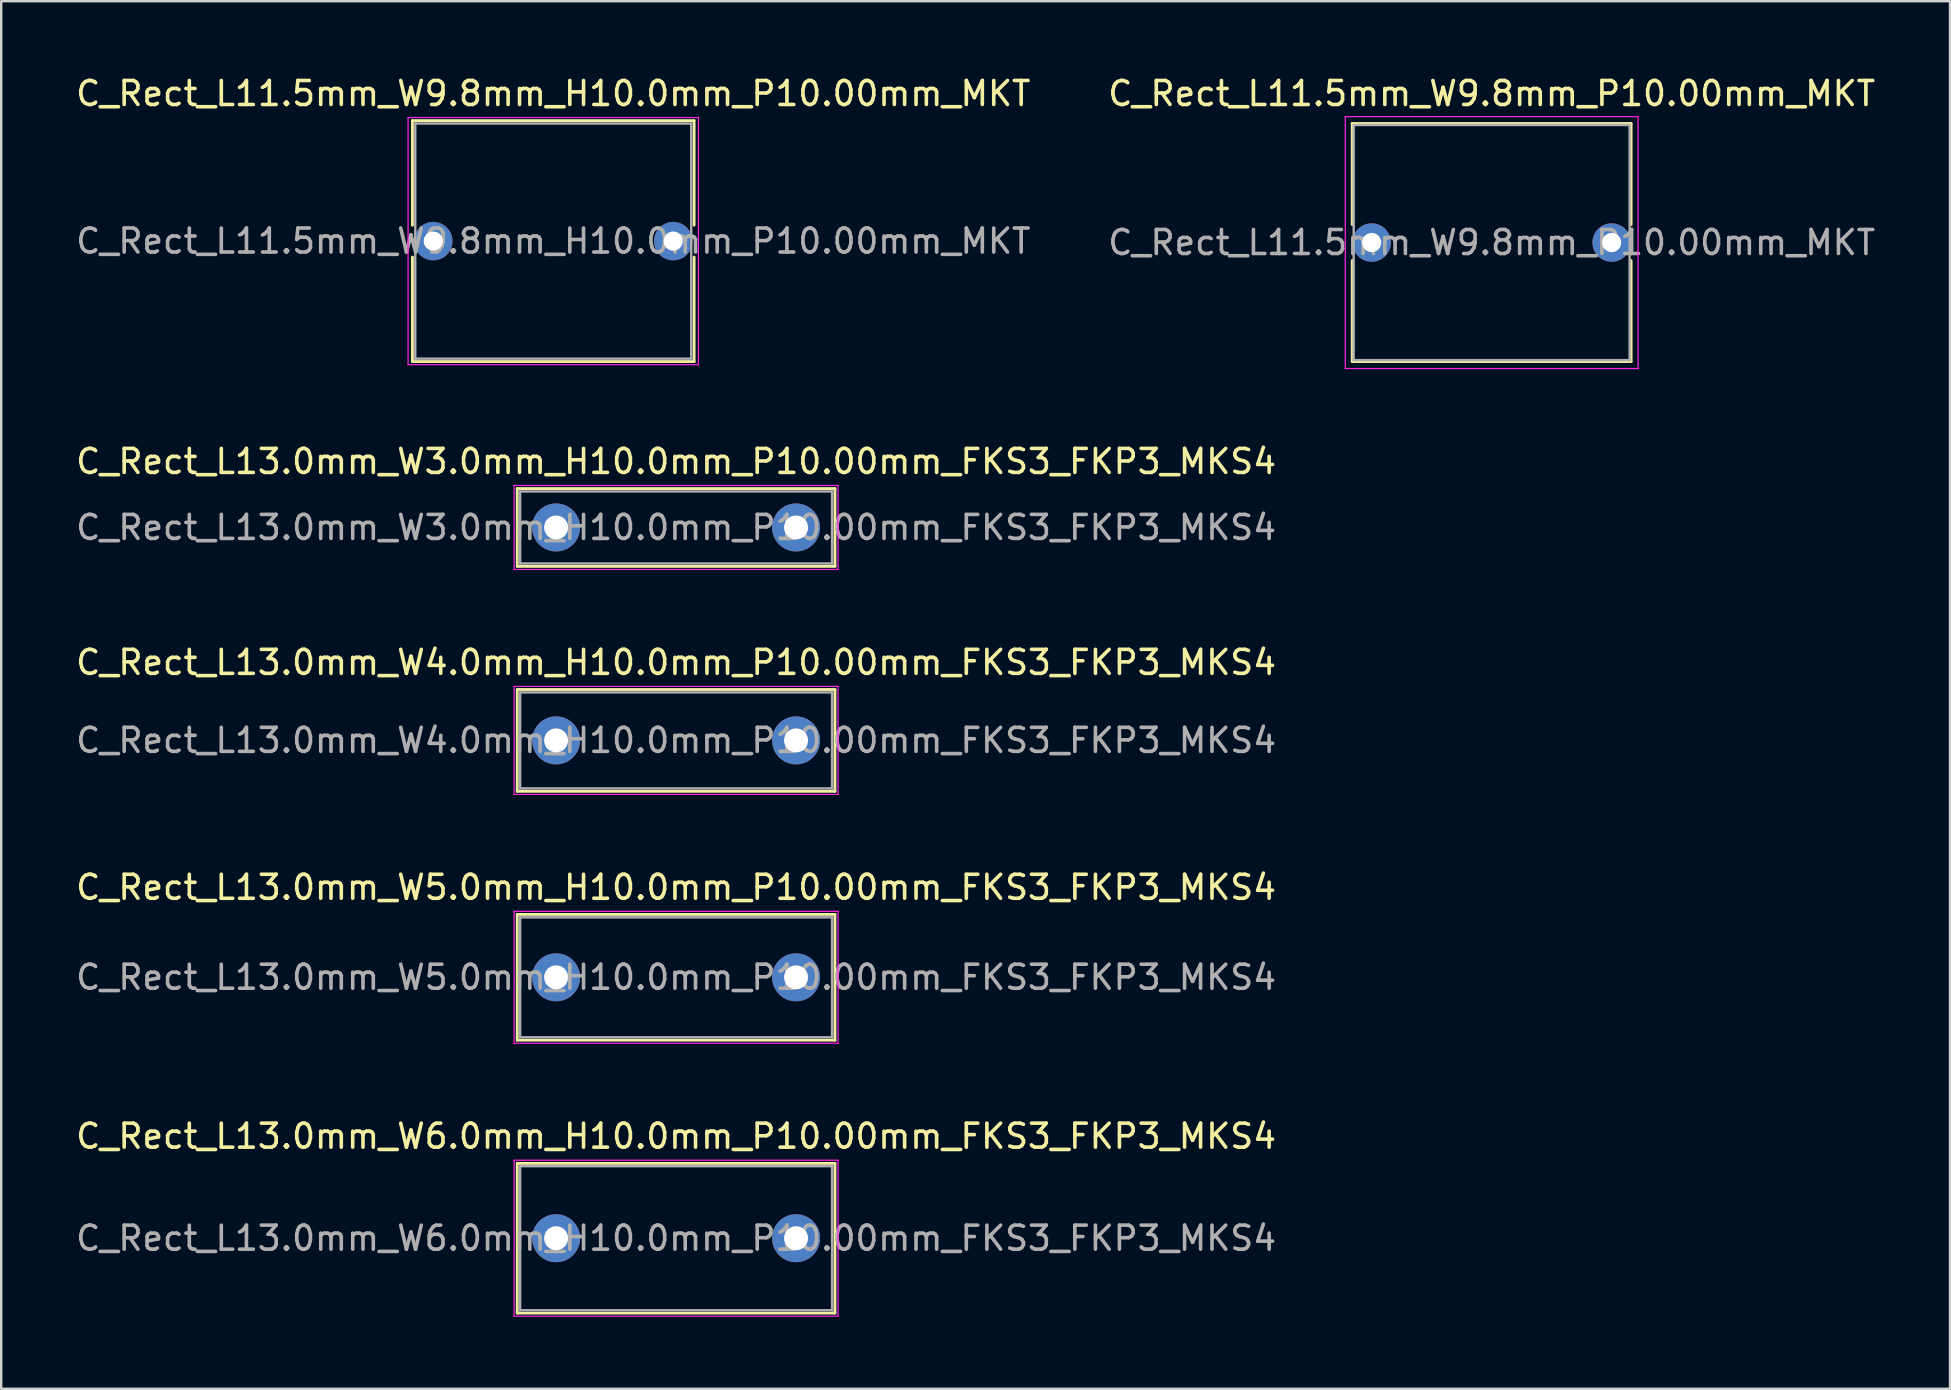
<source format=kicad_pcb>
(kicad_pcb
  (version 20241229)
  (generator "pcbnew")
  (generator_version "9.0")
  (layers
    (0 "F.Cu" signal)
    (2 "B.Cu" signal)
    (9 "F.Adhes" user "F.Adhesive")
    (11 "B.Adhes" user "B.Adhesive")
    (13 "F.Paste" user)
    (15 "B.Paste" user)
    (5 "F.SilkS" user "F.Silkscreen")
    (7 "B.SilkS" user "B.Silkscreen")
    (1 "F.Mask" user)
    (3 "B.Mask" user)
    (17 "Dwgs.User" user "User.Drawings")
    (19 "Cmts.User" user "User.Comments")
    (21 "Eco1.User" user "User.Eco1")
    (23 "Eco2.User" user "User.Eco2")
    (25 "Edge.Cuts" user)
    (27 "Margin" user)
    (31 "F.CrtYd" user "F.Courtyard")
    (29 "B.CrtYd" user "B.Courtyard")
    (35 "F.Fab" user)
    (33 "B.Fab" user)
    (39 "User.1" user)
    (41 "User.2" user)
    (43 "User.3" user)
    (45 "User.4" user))
  (footprint "C_Rect_L13.0mm_W5.0mm_H10.0mm_P10.00mm_FKS3_FKP3_MKS4"
    (layer "F.Cu")
    (at 20.125 37.678)
    (property "Reference" "C_Rect_L13.0mm_W5.0mm_H10.0mm_P10.00mm_FKS3_FKP3_MKS4" (at 5 -3.75 0) (layer "F.SilkS") (effects (font (size 1 1) (thickness 0.15))))
    (attr through_hole)
    (fp_line (start -1.62 -2.62) (end -1.62 2.62) (stroke (width 0.12) (type solid)) (layer "F.SilkS"))
    (fp_line (start -1.62 -2.62) (end 11.62 -2.62) (stroke (width 0.12) (type solid)) (layer "F.SilkS"))
    (fp_line (start -1.62 2.62) (end 11.62 2.62) (stroke (width 0.12) (type solid)) (layer "F.SilkS"))
    (fp_line (start 11.62 -2.62) (end 11.62 2.62) (stroke (width 0.12) (type solid)) (layer "F.SilkS"))
    (fp_line (start -1.75 -2.75) (end -1.75 2.75) (stroke (width 0.05) (type solid)) (layer "F.CrtYd"))
    (fp_line (start -1.75 2.75) (end 11.75 2.75) (stroke (width 0.05) (type solid)) (layer "F.CrtYd"))
    (fp_line (start 11.75 -2.75) (end -1.75 -2.75) (stroke (width 0.05) (type solid)) (layer "F.CrtYd"))
    (fp_line (start 11.75 2.75) (end 11.75 -2.75) (stroke (width 0.05) (type solid)) (layer "F.CrtYd"))
    (fp_line (start -1.5 -2.5) (end -1.5 2.5) (stroke (width 0.1) (type solid)) (layer "F.Fab"))
    (fp_line (start -1.5 2.5) (end 11.5 2.5) (stroke (width 0.1) (type solid)) (layer "F.Fab"))
    (fp_line (start 11.5 -2.5) (end -1.5 -2.5) (stroke (width 0.1) (type solid)) (layer "F.Fab"))
    (fp_line (start 11.5 2.5) (end 11.5 -2.5) (stroke (width 0.1) (type solid)) (layer "F.Fab"))
    (fp_text user "${REFERENCE}" (at 5 0 0) (layer "F.Fab") (effects (font (size 1 1) (thickness 0.15))))
    (pad "1" thru_hole circle (at 0 0) (size 2 2) (drill 1) (layers "*.Cu" "*.Mask"))
    (pad "2" thru_hole circle (at 10 0) (size 2 2) (drill 1) (layers "*.Cu" "*.Mask")))
  (footprint "C_Rect_L11.5mm_W9.8mm_H10.0mm_P10.00mm_MKT"
    (layer "F.Cu")
    (at 15.006 6.998)
    (property "Reference" "C_Rect_L11.5mm_W9.8mm_H10.0mm_P10.00mm_MKT" (at 5 -6.15 0) (layer "F.SilkS") (effects (font (size 1 1) (thickness 0.15))))
    (attr through_hole)
    (fp_line (start -0.87 -5.02) (end -0.87 -0.665) (stroke (width 0.12) (type solid)) (layer "F.SilkS"))
    (fp_line (start -0.87 -5.02) (end 10.87 -5.02) (stroke (width 0.12) (type solid)) (layer "F.SilkS"))
    (fp_line (start -0.87 0.665) (end -0.87 5.02) (stroke (width 0.12) (type solid)) (layer "F.SilkS"))
    (fp_line (start -0.87 5.02) (end 10.87 5.02) (stroke (width 0.12) (type solid)) (layer "F.SilkS"))
    (fp_line (start 10.87 -5.02) (end 10.87 -0.665) (stroke (width 0.12) (type solid)) (layer "F.SilkS"))
    (fp_line (start 10.87 0.665) (end 10.87 5.02) (stroke (width 0.12) (type solid)) (layer "F.SilkS"))
    (fp_line (start -1.05 -5.15) (end -1.05 5.15) (stroke (width 0.05) (type solid)) (layer "F.CrtYd"))
    (fp_line (start -1.05 5.15) (end 11.05 5.15) (stroke (width 0.05) (type solid)) (layer "F.CrtYd"))
    (fp_line (start 11.05 -5.15) (end -1.05 -5.15) (stroke (width 0.05) (type solid)) (layer "F.CrtYd"))
    (fp_line (start 11.05 5.15) (end 11.05 -5.15) (stroke (width 0.05) (type solid)) (layer "F.CrtYd"))
    (fp_line (start -0.75 -4.9) (end -0.75 4.9) (stroke (width 0.1) (type solid)) (layer "F.Fab"))
    (fp_line (start -0.75 4.9) (end 10.75 4.9) (stroke (width 0.1) (type solid)) (layer "F.Fab"))
    (fp_line (start 10.75 -4.9) (end -0.75 -4.9) (stroke (width 0.1) (type solid)) (layer "F.Fab"))
    (fp_line (start 10.75 4.9) (end 10.75 -4.9) (stroke (width 0.1) (type solid)) (layer "F.Fab"))
    (fp_text user "${REFERENCE}" (at 5 0 0) (layer "F.Fab") (effects (font (size 1 1) (thickness 0.15))))
    (pad "1" thru_hole circle (at 0 0) (size 1.6 1.6) (drill 0.8) (layers "*.Cu" "*.Mask"))
    (pad "2" thru_hole circle (at 10 0) (size 1.6 1.6) (drill 0.8) (layers "*.Cu" "*.Mask")))
  (footprint "C_Rect_L13.0mm_W3.0mm_H10.0mm_P10.00mm_FKS3_FKP3_MKS4"
    (layer "F.Cu")
    (at 20.125 18.931)
    (property "Reference" "C_Rect_L13.0mm_W3.0mm_H10.0mm_P10.00mm_FKS3_FKP3_MKS4" (at 5 -2.75 0) (layer "F.SilkS") (effects (font (size 1 1) (thickness 0.15))))
    (attr through_hole)
    (fp_line (start -1.62 -1.62) (end -1.62 1.62) (stroke (width 0.12) (type solid)) (layer "F.SilkS"))
    (fp_line (start -1.62 -1.62) (end 11.62 -1.62) (stroke (width 0.12) (type solid)) (layer "F.SilkS"))
    (fp_line (start -1.62 1.62) (end 11.62 1.62) (stroke (width 0.12) (type solid)) (layer "F.SilkS"))
    (fp_line (start 11.62 -1.62) (end 11.62 1.62) (stroke (width 0.12) (type solid)) (layer "F.SilkS"))
    (fp_line (start -1.75 -1.75) (end -1.75 1.75) (stroke (width 0.05) (type solid)) (layer "F.CrtYd"))
    (fp_line (start -1.75 1.75) (end 11.75 1.75) (stroke (width 0.05) (type solid)) (layer "F.CrtYd"))
    (fp_line (start 11.75 -1.75) (end -1.75 -1.75) (stroke (width 0.05) (type solid)) (layer "F.CrtYd"))
    (fp_line (start 11.75 1.75) (end 11.75 -1.75) (stroke (width 0.05) (type solid)) (layer "F.CrtYd"))
    (fp_line (start -1.5 -1.5) (end -1.5 1.5) (stroke (width 0.1) (type solid)) (layer "F.Fab"))
    (fp_line (start -1.5 1.5) (end 11.5 1.5) (stroke (width 0.1) (type solid)) (layer "F.Fab"))
    (fp_line (start 11.5 -1.5) (end -1.5 -1.5) (stroke (width 0.1) (type solid)) (layer "F.Fab"))
    (fp_line (start 11.5 1.5) (end 11.5 -1.5) (stroke (width 0.1) (type solid)) (layer "F.Fab"))
    (fp_text user "${REFERENCE}" (at 5 0 0) (layer "F.Fab") (effects (font (size 1 1) (thickness 0.15))))
    (pad "1" thru_hole circle (at 0 0) (size 2 2) (drill 1) (layers "*.Cu" "*.Mask"))
    (pad "2" thru_hole circle (at 10 0) (size 2 2) (drill 1) (layers "*.Cu" "*.Mask")))
  (footprint "C_Rect_L11.5mm_W9.8mm_P10.00mm_MKT"
    (layer "F.Cu")
    (at 54.113 7.058)
    (property "Reference" "C_Rect_L11.5mm_W9.8mm_P10.00mm_MKT" (at 5 -6.21 0) (layer "F.SilkS") (effects (font (size 1 1) (thickness 0.15))))
    (attr through_hole)
    (fp_line (start -0.81 -4.96) (end -0.81 -0.75) (stroke (width 0.12) (type solid)) (layer "F.SilkS"))
    (fp_line (start -0.81 -4.96) (end 10.81 -4.96) (stroke (width 0.12) (type solid)) (layer "F.SilkS"))
    (fp_line (start -0.81 0.75) (end -0.81 4.96) (stroke (width 0.12) (type solid)) (layer "F.SilkS"))
    (fp_line (start -0.81 4.96) (end 10.81 4.96) (stroke (width 0.12) (type solid)) (layer "F.SilkS"))
    (fp_line (start 10.81 -4.96) (end 10.81 -0.75) (stroke (width 0.12) (type solid)) (layer "F.SilkS"))
    (fp_line (start 10.81 0.75) (end 10.81 4.96) (stroke (width 0.12) (type solid)) (layer "F.SilkS"))
    (fp_line (start -1.1 -5.25) (end -1.1 5.25) (stroke (width 0.05) (type solid)) (layer "F.CrtYd"))
    (fp_line (start -1.1 5.25) (end 11.1 5.25) (stroke (width 0.05) (type solid)) (layer "F.CrtYd"))
    (fp_line (start 11.1 -5.25) (end -1.1 -5.25) (stroke (width 0.05) (type solid)) (layer "F.CrtYd"))
    (fp_line (start 11.1 5.25) (end 11.1 -5.25) (stroke (width 0.05) (type solid)) (layer "F.CrtYd"))
    (fp_line (start -0.75 -4.9) (end -0.75 4.9) (stroke (width 0.1) (type solid)) (layer "F.Fab"))
    (fp_line (start -0.75 4.9) (end 10.75 4.9) (stroke (width 0.1) (type solid)) (layer "F.Fab"))
    (fp_line (start 10.75 -4.9) (end -0.75 -4.9) (stroke (width 0.1) (type solid)) (layer "F.Fab"))
    (fp_line (start 10.75 4.9) (end 10.75 -4.9) (stroke (width 0.1) (type solid)) (layer "F.Fab"))
    (fp_text user "${REFERENCE}" (at 5 0 0) (layer "F.Fab") (effects (font (size 1 1) (thickness 0.15))))
    (pad "1" thru_hole circle (at 0 0) (size 1.6 1.6) (drill 0.8) (layers "*.Cu" "*.Mask"))
    (pad "2" thru_hole circle (at 10 0) (size 1.6 1.6) (drill 0.8) (layers "*.Cu" "*.Mask")))
  (footprint "C_Rect_L13.0mm_W4.0mm_H10.0mm_P10.00mm_FKS3_FKP3_MKS4"
    (layer "F.Cu")
    (at 20.125 27.805)
    (property "Reference" "C_Rect_L13.0mm_W4.0mm_H10.0mm_P10.00mm_FKS3_FKP3_MKS4" (at 5 -3.25 0) (layer "F.SilkS") (effects (font (size 1 1) (thickness 0.15))))
    (attr through_hole)
    (fp_line (start -1.62 -2.12) (end -1.62 2.12) (stroke (width 0.12) (type solid)) (layer "F.SilkS"))
    (fp_line (start -1.62 -2.12) (end 11.62 -2.12) (stroke (width 0.12) (type solid)) (layer "F.SilkS"))
    (fp_line (start -1.62 2.12) (end 11.62 2.12) (stroke (width 0.12) (type solid)) (layer "F.SilkS"))
    (fp_line (start 11.62 -2.12) (end 11.62 2.12) (stroke (width 0.12) (type solid)) (layer "F.SilkS"))
    (fp_line (start -1.75 -2.25) (end -1.75 2.25) (stroke (width 0.05) (type solid)) (layer "F.CrtYd"))
    (fp_line (start -1.75 2.25) (end 11.75 2.25) (stroke (width 0.05) (type solid)) (layer "F.CrtYd"))
    (fp_line (start 11.75 -2.25) (end -1.75 -2.25) (stroke (width 0.05) (type solid)) (layer "F.CrtYd"))
    (fp_line (start 11.75 2.25) (end 11.75 -2.25) (stroke (width 0.05) (type solid)) (layer "F.CrtYd"))
    (fp_line (start -1.5 -2) (end -1.5 2) (stroke (width 0.1) (type solid)) (layer "F.Fab"))
    (fp_line (start -1.5 2) (end 11.5 2) (stroke (width 0.1) (type solid)) (layer "F.Fab"))
    (fp_line (start 11.5 -2) (end -1.5 -2) (stroke (width 0.1) (type solid)) (layer "F.Fab"))
    (fp_line (start 11.5 2) (end 11.5 -2) (stroke (width 0.1) (type solid)) (layer "F.Fab"))
    (fp_text user "${REFERENCE}" (at 5 0 0) (layer "F.Fab") (effects (font (size 1 1) (thickness 0.15))))
    (pad "1" thru_hole circle (at 0 0) (size 2 2) (drill 1) (layers "*.Cu" "*.Mask"))
    (pad "2" thru_hole circle (at 10 0) (size 2 2) (drill 1) (layers "*.Cu" "*.Mask")))
  (footprint "C_Rect_L13.0mm_W6.0mm_H10.0mm_P10.00mm_FKS3_FKP3_MKS4"
    (layer "F.Cu")
    (at 20.125 48.551)
    (property "Reference" "C_Rect_L13.0mm_W6.0mm_H10.0mm_P10.00mm_FKS3_FKP3_MKS4" (at 5 -4.25 0) (layer "F.SilkS") (effects (font (size 1 1) (thickness 0.15))))
    (attr through_hole)
    (fp_line (start -1.62 -3.12) (end -1.62 3.12) (stroke (width 0.12) (type solid)) (layer "F.SilkS"))
    (fp_line (start -1.62 -3.12) (end 11.62 -3.12) (stroke (width 0.12) (type solid)) (layer "F.SilkS"))
    (fp_line (start -1.62 3.12) (end 11.62 3.12) (stroke (width 0.12) (type solid)) (layer "F.SilkS"))
    (fp_line (start 11.62 -3.12) (end 11.62 3.12) (stroke (width 0.12) (type solid)) (layer "F.SilkS"))
    (fp_line (start -1.75 -3.25) (end -1.75 3.25) (stroke (width 0.05) (type solid)) (layer "F.CrtYd"))
    (fp_line (start -1.75 3.25) (end 11.75 3.25) (stroke (width 0.05) (type solid)) (layer "F.CrtYd"))
    (fp_line (start 11.75 -3.25) (end -1.75 -3.25) (stroke (width 0.05) (type solid)) (layer "F.CrtYd"))
    (fp_line (start 11.75 3.25) (end 11.75 -3.25) (stroke (width 0.05) (type solid)) (layer "F.CrtYd"))
    (fp_line (start -1.5 -3) (end -1.5 3) (stroke (width 0.1) (type solid)) (layer "F.Fab"))
    (fp_line (start -1.5 3) (end 11.5 3) (stroke (width 0.1) (type solid)) (layer "F.Fab"))
    (fp_line (start 11.5 -3) (end -1.5 -3) (stroke (width 0.1) (type solid)) (layer "F.Fab"))
    (fp_line (start 11.5 3) (end 11.5 -3) (stroke (width 0.1) (type solid)) (layer "F.Fab"))
    (fp_text user "${REFERENCE}" (at 5 0 0) (layer "F.Fab") (effects (font (size 1 1) (thickness 0.15))))
    (pad "1" thru_hole circle (at 0 0) (size 2 2) (drill 1) (layers "*.Cu" "*.Mask"))
    (pad "2" thru_hole circle (at 10 0) (size 2 2) (drill 1) (layers "*.Cu" "*.Mask")))
  (gr_rect
    (start -3 -3)
    (end 78.214 54.826)
    (stroke (width 0.1) (type default))
    (fill no)
    (layer "Edge.Cuts")))
</source>
